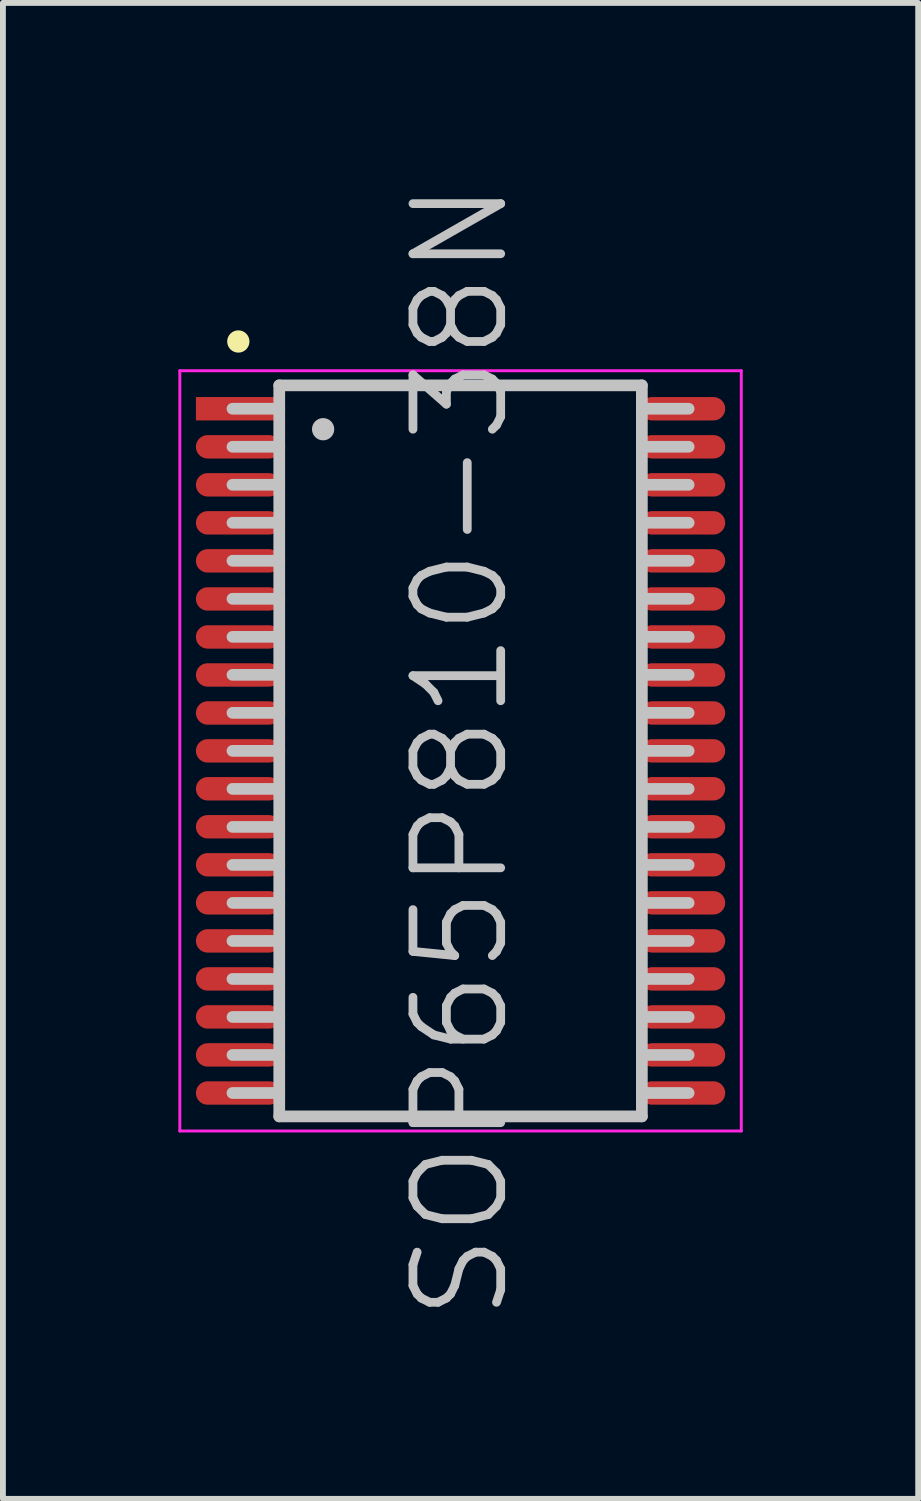
<source format=kicad_pcb>
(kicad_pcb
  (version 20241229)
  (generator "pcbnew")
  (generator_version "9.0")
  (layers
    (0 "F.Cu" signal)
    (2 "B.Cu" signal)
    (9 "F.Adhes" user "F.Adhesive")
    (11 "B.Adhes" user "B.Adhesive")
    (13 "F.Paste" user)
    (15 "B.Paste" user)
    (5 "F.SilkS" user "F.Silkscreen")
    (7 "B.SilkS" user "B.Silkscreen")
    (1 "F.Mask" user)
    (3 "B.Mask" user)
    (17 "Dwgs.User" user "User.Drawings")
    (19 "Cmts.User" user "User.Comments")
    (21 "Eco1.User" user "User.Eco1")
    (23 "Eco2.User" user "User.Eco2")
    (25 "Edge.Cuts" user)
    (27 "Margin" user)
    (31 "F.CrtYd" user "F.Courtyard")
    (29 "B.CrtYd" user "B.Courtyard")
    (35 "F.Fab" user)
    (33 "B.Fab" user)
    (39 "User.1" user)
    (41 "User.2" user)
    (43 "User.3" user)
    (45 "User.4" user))
  (footprint "SOP65P810-38N"
    (layer "F.Cu")
    (at 4.825 9.789)
    (property "Reference" "SOP65P810-38N" (at 0 0 90) (layer "Dwgs.User") (effects (font (size 1.5 1.5) (thickness 0.15))))
    (attr smd)
    (fp_line (start -3.8 -7) (end -3.8 -7) (stroke (width 0.381) (type solid)) (layer "F.SilkS"))
    (fp_line (start -3.1 -6.25) (end -3.1 6.25) (stroke (width 0.2) (type solid)) (layer "Dwgs.User"))
    (fp_line (start -3.1 -6.25) (end 3.1 -6.25) (stroke (width 0.2) (type solid)) (layer "Dwgs.User"))
    (fp_line (start -3.1 -5.85) (end -3.9 -5.85) (stroke (width 0.2) (type solid)) (layer "Dwgs.User"))
    (fp_line (start -3.1 -5.2) (end -3.9 -5.2) (stroke (width 0.2) (type solid)) (layer "Dwgs.User"))
    (fp_line (start -3.1 -4.55) (end -3.9 -4.55) (stroke (width 0.2) (type solid)) (layer "Dwgs.User"))
    (fp_line (start -3.1 -3.9) (end -3.9 -3.9) (stroke (width 0.2) (type solid)) (layer "Dwgs.User"))
    (fp_line (start -3.1 -3.25) (end -3.9 -3.25) (stroke (width 0.2) (type solid)) (layer "Dwgs.User"))
    (fp_line (start -3.1 -2.6) (end -3.9 -2.6) (stroke (width 0.2) (type solid)) (layer "Dwgs.User"))
    (fp_line (start -3.1 -1.95) (end -3.9 -1.95) (stroke (width 0.2) (type solid)) (layer "Dwgs.User"))
    (fp_line (start -3.1 -1.3) (end -3.9 -1.3) (stroke (width 0.2) (type solid)) (layer "Dwgs.User"))
    (fp_line (start -3.1 -0.65) (end -3.9 -0.65) (stroke (width 0.2) (type solid)) (layer "Dwgs.User"))
    (fp_line (start -3.1 0) (end -3.9 0) (stroke (width 0.2) (type solid)) (layer "Dwgs.User"))
    (fp_line (start -3.1 0.65) (end -3.9 0.65) (stroke (width 0.2) (type solid)) (layer "Dwgs.User"))
    (fp_line (start -3.1 1.3) (end -3.9 1.3) (stroke (width 0.2) (type solid)) (layer "Dwgs.User"))
    (fp_line (start -3.1 1.95) (end -3.9 1.95) (stroke (width 0.2) (type solid)) (layer "Dwgs.User"))
    (fp_line (start -3.1 2.6) (end -3.9 2.6) (stroke (width 0.2) (type solid)) (layer "Dwgs.User"))
    (fp_line (start -3.1 3.25) (end -3.9 3.25) (stroke (width 0.2) (type solid)) (layer "Dwgs.User"))
    (fp_line (start -3.1 3.9) (end -3.9 3.9) (stroke (width 0.2) (type solid)) (layer "Dwgs.User"))
    (fp_line (start -3.1 4.55) (end -3.9 4.55) (stroke (width 0.2) (type solid)) (layer "Dwgs.User"))
    (fp_line (start -3.1 5.2) (end -3.9 5.2) (stroke (width 0.2) (type solid)) (layer "Dwgs.User"))
    (fp_line (start -3.1 5.85) (end -3.9 5.85) (stroke (width 0.2) (type solid)) (layer "Dwgs.User"))
    (fp_line (start -3.1 6.25) (end 3.1 6.25) (stroke (width 0.2) (type solid)) (layer "Dwgs.User"))
    (fp_line (start -2.35 -5.5) (end -2.35 -5.5) (stroke (width 0.381) (type solid)) (layer "Dwgs.User"))
    (fp_line (start 3.1 -6.25) (end 3.1 6.25) (stroke (width 0.2) (type solid)) (layer "Dwgs.User"))
    (fp_line (start 3.9 -5.85) (end 3.1 -5.85) (stroke (width 0.2) (type solid)) (layer "Dwgs.User"))
    (fp_line (start 3.9 -5.2) (end 3.1 -5.2) (stroke (width 0.2) (type solid)) (layer "Dwgs.User"))
    (fp_line (start 3.9 -4.55) (end 3.1 -4.55) (stroke (width 0.2) (type solid)) (layer "Dwgs.User"))
    (fp_line (start 3.9 -3.9) (end 3.1 -3.9) (stroke (width 0.2) (type solid)) (layer "Dwgs.User"))
    (fp_line (start 3.9 -3.25) (end 3.1 -3.25) (stroke (width 0.2) (type solid)) (layer "Dwgs.User"))
    (fp_line (start 3.9 -2.6) (end 3.1 -2.6) (stroke (width 0.2) (type solid)) (layer "Dwgs.User"))
    (fp_line (start 3.9 -1.95) (end 3.1 -1.95) (stroke (width 0.2) (type solid)) (layer "Dwgs.User"))
    (fp_line (start 3.9 -1.3) (end 3.1 -1.3) (stroke (width 0.2) (type solid)) (layer "Dwgs.User"))
    (fp_line (start 3.9 -0.65) (end 3.1 -0.65) (stroke (width 0.2) (type solid)) (layer "Dwgs.User"))
    (fp_line (start 3.9 0) (end 3.1 0) (stroke (width 0.2) (type solid)) (layer "Dwgs.User"))
    (fp_line (start 3.9 0.65) (end 3.1 0.65) (stroke (width 0.2) (type solid)) (layer "Dwgs.User"))
    (fp_line (start 3.9 1.3) (end 3.1 1.3) (stroke (width 0.2) (type solid)) (layer "Dwgs.User"))
    (fp_line (start 3.9 1.95) (end 3.1 1.95) (stroke (width 0.2) (type solid)) (layer "Dwgs.User"))
    (fp_line (start 3.9 2.6) (end 3.1 2.6) (stroke (width 0.2) (type solid)) (layer "Dwgs.User"))
    (fp_line (start 3.9 3.25) (end 3.1 3.25) (stroke (width 0.2) (type solid)) (layer "Dwgs.User"))
    (fp_line (start 3.9 3.9) (end 3.1 3.9) (stroke (width 0.2) (type solid)) (layer "Dwgs.User"))
    (fp_line (start 3.9 4.55) (end 3.1 4.55) (stroke (width 0.2) (type solid)) (layer "Dwgs.User"))
    (fp_line (start 3.9 5.2) (end 3.1 5.2) (stroke (width 0.2) (type solid)) (layer "Dwgs.User"))
    (fp_line (start 3.9 5.85) (end 3.1 5.85) (stroke (width 0.2) (type solid)) (layer "Dwgs.User"))
    (fp_line (start -4.8 -6.5) (end -4.8 6.5) (stroke (width 0.05) (type solid)) (layer "F.CrtYd"))
    (fp_line (start -4.8 -6.5) (end 4.8 -6.5) (stroke (width 0.05) (type solid)) (layer "F.CrtYd"))
    (fp_line (start -4.8 6.5) (end 4.8 6.5) (stroke (width 0.05) (type solid)) (layer "F.CrtYd"))
    (fp_line (start 4.8 -6.5) (end 4.8 6.5) (stroke (width 0.05) (type solid)) (layer "F.CrtYd"))
    (pad "1" smd rect (at -3.8 -5.85 90) (size 0.4 1.45) (layers "F.Cu" "F.Mask" "F.Paste"))
    (pad "2" smd oval (at -3.8 -5.199 90) (size 0.4 1.45) (layers "F.Cu" "F.Mask" "F.Paste"))
    (pad "3" smd oval (at -3.8 -4.549 90) (size 0.4 1.45) (layers "F.Cu" "F.Mask" "F.Paste"))
    (pad "4" smd oval (at -3.8 -3.899 90) (size 0.4 1.45) (layers "F.Cu" "F.Mask" "F.Paste"))
    (pad "5" smd oval (at -3.8 -3.249 90) (size 0.4 1.45) (layers "F.Cu" "F.Mask" "F.Paste"))
    (pad "6" smd oval (at -3.8 -2.598 90) (size 0.4 1.45) (layers "F.Cu" "F.Mask" "F.Paste"))
    (pad "7" smd oval (at -3.8 -1.948 90) (size 0.4 1.45) (layers "F.Cu" "F.Mask" "F.Paste"))
    (pad "8" smd oval (at -3.8 -1.298 90) (size 0.4 1.45) (layers "F.Cu" "F.Mask" "F.Paste"))
    (pad "9" smd oval (at -3.8 -0.648 90) (size 0.4 1.45) (layers "F.Cu" "F.Mask" "F.Paste"))
    (pad "10" smd oval (at -3.8 0 90) (size 0.4 1.45) (layers "F.Cu" "F.Mask" "F.Paste"))
    (pad "11" smd oval (at -3.8 0.648 90) (size 0.4 1.45) (layers "F.Cu" "F.Mask" "F.Paste"))
    (pad "12" smd oval (at -3.8 1.298 90) (size 0.4 1.45) (layers "F.Cu" "F.Mask" "F.Paste"))
    (pad "13" smd oval (at -3.8 1.948 90) (size 0.4 1.45) (layers "F.Cu" "F.Mask" "F.Paste"))
    (pad "14" smd oval (at -3.8 2.598 90) (size 0.4 1.45) (layers "F.Cu" "F.Mask" "F.Paste"))
    (pad "15" smd oval (at -3.8 3.249 90) (size 0.4 1.45) (layers "F.Cu" "F.Mask" "F.Paste"))
    (pad "16" smd oval (at -3.8 3.899 90) (size 0.4 1.45) (layers "F.Cu" "F.Mask" "F.Paste"))
    (pad "17" smd oval (at -3.8 4.549 90) (size 0.4 1.45) (layers "F.Cu" "F.Mask" "F.Paste"))
    (pad "18" smd oval (at -3.8 5.199 90) (size 0.4 1.45) (layers "F.Cu" "F.Mask" "F.Paste"))
    (pad "19" smd oval (at -3.8 5.85 90) (size 0.4 1.45) (layers "F.Cu" "F.Mask" "F.Paste"))
    (pad "20" smd oval (at 3.8 5.85 270) (size 0.4 1.45) (layers "F.Cu" "F.Mask" "F.Paste"))
    (pad "21" smd oval (at 3.8 5.199 270) (size 0.4 1.45) (layers "F.Cu" "F.Mask" "F.Paste"))
    (pad "22" smd oval (at 3.8 4.549 270) (size 0.4 1.45) (layers "F.Cu" "F.Mask" "F.Paste"))
    (pad "23" smd oval (at 3.8 3.899 270) (size 0.4 1.45) (layers "F.Cu" "F.Mask" "F.Paste"))
    (pad "24" smd oval (at 3.8 3.249 270) (size 0.4 1.45) (layers "F.Cu" "F.Mask" "F.Paste"))
    (pad "25" smd oval (at 3.8 2.598 270) (size 0.4 1.45) (layers "F.Cu" "F.Mask" "F.Paste"))
    (pad "26" smd oval (at 3.8 1.948 270) (size 0.4 1.45) (layers "F.Cu" "F.Mask" "F.Paste"))
    (pad "27" smd oval (at 3.8 1.298 270) (size 0.4 1.45) (layers "F.Cu" "F.Mask" "F.Paste"))
    (pad "28" smd oval (at 3.8 0.648 270) (size 0.4 1.45) (layers "F.Cu" "F.Mask" "F.Paste"))
    (pad "29" smd oval (at 3.8 0 270) (size 0.4 1.45) (layers "F.Cu" "F.Mask" "F.Paste"))
    (pad "30" smd oval (at 3.8 -0.648 270) (size 0.4 1.45) (layers "F.Cu" "F.Mask" "F.Paste"))
    (pad "31" smd oval (at 3.8 -1.298 270) (size 0.4 1.45) (layers "F.Cu" "F.Mask" "F.Paste"))
    (pad "32" smd oval (at 3.8 -1.948 270) (size 0.4 1.45) (layers "F.Cu" "F.Mask" "F.Paste"))
    (pad "33" smd oval (at 3.8 -2.598 270) (size 0.4 1.45) (layers "F.Cu" "F.Mask" "F.Paste"))
    (pad "34" smd oval (at 3.8 -3.249 270) (size 0.4 1.45) (layers "F.Cu" "F.Mask" "F.Paste"))
    (pad "35" smd oval (at 3.8 -3.899 270) (size 0.4 1.45) (layers "F.Cu" "F.Mask" "F.Paste"))
    (pad "36" smd oval (at 3.8 -4.549 270) (size 0.4 1.45) (layers "F.Cu" "F.Mask" "F.Paste"))
    (pad "37" smd oval (at 3.8 -5.199 270) (size 0.4 1.45) (layers "F.Cu" "F.Mask" "F.Paste"))
    (pad "38" smd oval (at 3.8 -5.85 270) (size 0.4 1.45) (layers "F.Cu" "F.Mask" "F.Paste")))
  (gr_rect
    (start -3 -3)
    (end 12.65 22.579)
    (stroke (width 0.1) (type default))
    (fill no)
    (layer "Edge.Cuts")))
</source>
